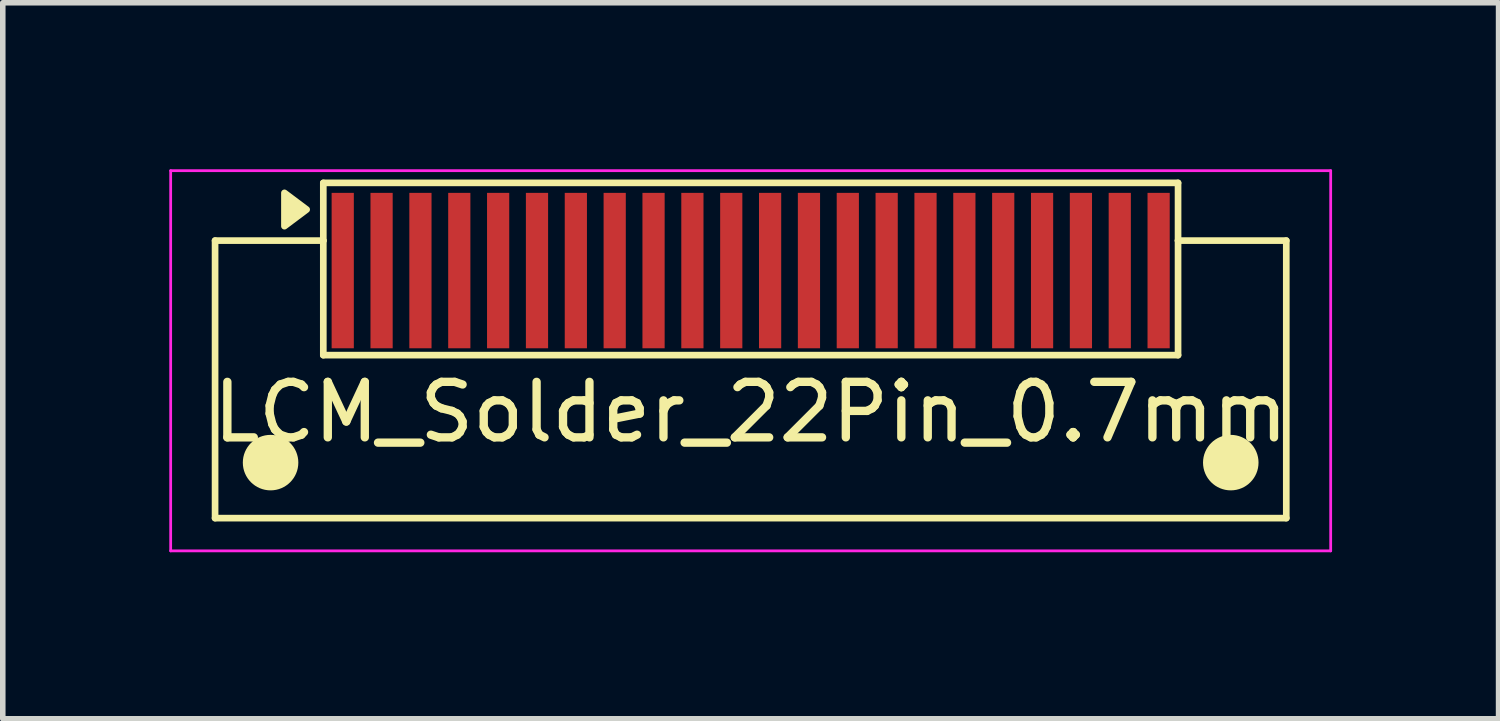
<source format=kicad_pcb>
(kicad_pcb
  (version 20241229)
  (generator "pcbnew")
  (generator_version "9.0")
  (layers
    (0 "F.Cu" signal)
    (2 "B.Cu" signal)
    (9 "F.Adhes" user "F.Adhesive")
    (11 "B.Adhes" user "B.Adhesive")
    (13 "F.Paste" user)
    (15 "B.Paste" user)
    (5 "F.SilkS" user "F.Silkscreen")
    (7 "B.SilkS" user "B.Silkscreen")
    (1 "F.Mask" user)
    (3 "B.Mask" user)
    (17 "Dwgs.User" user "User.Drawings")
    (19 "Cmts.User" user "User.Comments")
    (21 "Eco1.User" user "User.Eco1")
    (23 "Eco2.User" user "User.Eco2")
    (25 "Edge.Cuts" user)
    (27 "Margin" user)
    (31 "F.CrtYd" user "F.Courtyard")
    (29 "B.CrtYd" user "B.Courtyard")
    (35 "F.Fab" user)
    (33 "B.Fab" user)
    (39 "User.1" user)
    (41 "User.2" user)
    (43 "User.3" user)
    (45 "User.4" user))
  (footprint "LCM_Solder_22Pin_0.7mm"
    (layer "F.Cu")
    (at 10.475 1.825)
    (property "Reference" "LCM_Solder_22Pin_0.7mm" (at 0 2.55 0) (layer "F.SilkS") (effects (font (size 1 1) (thickness 0.15))))
    (attr smd)
    (fp_line (start -9.65 -0.54) (end -7.7 -0.54) (stroke (width 0.12) (type solid)) (layer "F.SilkS"))
    (fp_line (start -9.65 4.46) (end -9.65 -0.54) (stroke (width 0.12) (type solid)) (layer "F.SilkS"))
    (fp_line (start -9.65 4.46) (end 9.65 4.46) (stroke (width 0.12) (type solid)) (layer "F.SilkS"))
    (fp_line (start -7.7 -1.58) (end 7.7 -1.58) (stroke (width 0.12) (type solid)) (layer "F.SilkS"))
    (fp_line (start -7.7 -0.54) (end -7.7 -1.58) (stroke (width 0.12) (type solid)) (layer "F.SilkS"))
    (fp_line (start -7.7 -0.54) (end -7.7 1.524) (stroke (width 0.12) (type solid)) (layer "F.SilkS"))
    (fp_line (start -7.7 1.524) (end 7.7 1.524) (stroke (width 0.12) (type solid)) (layer "F.SilkS"))
    (fp_line (start 7.7 -0.54) (end 7.7 -1.58) (stroke (width 0.12) (type solid)) (layer "F.SilkS"))
    (fp_line (start 7.7 -0.54) (end 7.7 1.524) (stroke (width 0.12) (type solid)) (layer "F.SilkS"))
    (fp_line (start 9.65 -0.54) (end 7.7 -0.54) (stroke (width 0.12) (type solid)) (layer "F.SilkS"))
    (fp_line (start 9.65 4.46) (end 9.65 -0.54) (stroke (width 0.12) (type solid)) (layer "F.SilkS"))
    (fp_circle (center -8.65 3.46) (end -8.15 3.46) (stroke (width 0) (type solid)) (fill yes) (layer "F.SilkS"))
    (fp_circle (center 8.65 3.46) (end 9.15 3.46) (stroke (width 0) (type solid)) (fill yes) (layer "F.SilkS"))
    (fp_poly (pts (xy -8 -1.1) (xy -8.4 -0.8) (xy -8.4 -1.4)) (stroke (width 0.12) (type solid)) (fill yes) (layer "F.SilkS"))
    (fp_line (start -10.45 -1.8) (end -10.45 5.05) (stroke (width 0.05) (type solid)) (layer "F.CrtYd"))
    (fp_line (start -10.45 -1.8) (end 10.45 -1.8) (stroke (width 0.05) (type solid)) (layer "F.CrtYd"))
    (fp_line (start -10.45 5.05) (end 10.45 5.05) (stroke (width 0.05) (type solid)) (layer "F.CrtYd"))
    (fp_line (start 10.45 -1.8) (end 10.45 5.05) (stroke (width 0.05) (type solid)) (layer "F.CrtYd"))
    (pad "0" smd rect (at -9.85 2.2) (size 0.001 0.001) (layers "F.Cu" "F.Mask" "F.Paste"))
    (pad "0" smd rect (at 9.85 2.2) (size 0.001 0.001) (layers "F.Cu" "F.Mask" "F.Paste"))
    (pad "1" smd rect (at -7.35 0) (size 0.4 2.8) (layers "F.Cu" "F.Mask" "F.Paste"))
    (pad "2" smd rect (at -6.65 0) (size 0.4 2.8) (layers "F.Cu" "F.Mask" "F.Paste"))
    (pad "3" smd rect (at -5.95 0) (size 0.4 2.8) (layers "F.Cu" "F.Mask" "F.Paste"))
    (pad "4" smd rect (at -5.25 0) (size 0.4 2.8) (layers "F.Cu" "F.Mask" "F.Paste"))
    (pad "5" smd rect (at -4.55 0) (size 0.4 2.8) (layers "F.Cu" "F.Mask" "F.Paste"))
    (pad "6" smd rect (at -3.85 0) (size 0.4 2.8) (layers "F.Cu" "F.Mask" "F.Paste"))
    (pad "7" smd rect (at -3.15 0) (size 0.4 2.8) (layers "F.Cu" "F.Mask" "F.Paste"))
    (pad "8" smd rect (at -2.45 0) (size 0.4 2.8) (layers "F.Cu" "F.Mask" "F.Paste"))
    (pad "9" smd rect (at -1.75 0) (size 0.4 2.8) (layers "F.Cu" "F.Mask" "F.Paste"))
    (pad "10" smd rect (at -1.05 0) (size 0.4 2.8) (layers "F.Cu" "F.Mask" "F.Paste"))
    (pad "11" smd rect (at -0.35 0) (size 0.4 2.8) (layers "F.Cu" "F.Mask" "F.Paste"))
    (pad "12" smd rect (at 0.35 0) (size 0.4 2.8) (layers "F.Cu" "F.Mask" "F.Paste"))
    (pad "13" smd rect (at 1.05 0) (size 0.4 2.8) (layers "F.Cu" "F.Mask" "F.Paste"))
    (pad "14" smd rect (at 1.75 0) (size 0.4 2.8) (layers "F.Cu" "F.Mask" "F.Paste"))
    (pad "15" smd rect (at 2.45 0) (size 0.4 2.8) (layers "F.Cu" "F.Mask" "F.Paste"))
    (pad "16" smd rect (at 3.15 0) (size 0.4 2.8) (layers "F.Cu" "F.Mask" "F.Paste"))
    (pad "17" smd rect (at 3.85 0) (size 0.4 2.8) (layers "F.Cu" "F.Mask" "F.Paste"))
    (pad "18" smd rect (at 4.55 0) (size 0.4 2.8) (layers "F.Cu" "F.Mask" "F.Paste"))
    (pad "19" smd rect (at 5.25 0) (size 0.4 2.8) (layers "F.Cu" "F.Mask" "F.Paste"))
    (pad "20" smd rect (at 5.95 0) (size 0.4 2.8) (layers "F.Cu" "F.Mask" "F.Paste"))
    (pad "21" smd rect (at 6.65 0) (size 0.4 2.8) (layers "F.Cu" "F.Mask" "F.Paste"))
    (pad "22" smd rect (at 7.35 0) (size 0.4 2.8) (layers "F.Cu" "F.Mask" "F.Paste")))
  (gr_rect
    (start -3 -3)
    (end 23.95 9.9)
    (stroke (width 0.1) (type default))
    (fill no)
    (layer "Edge.Cuts")))
</source>
